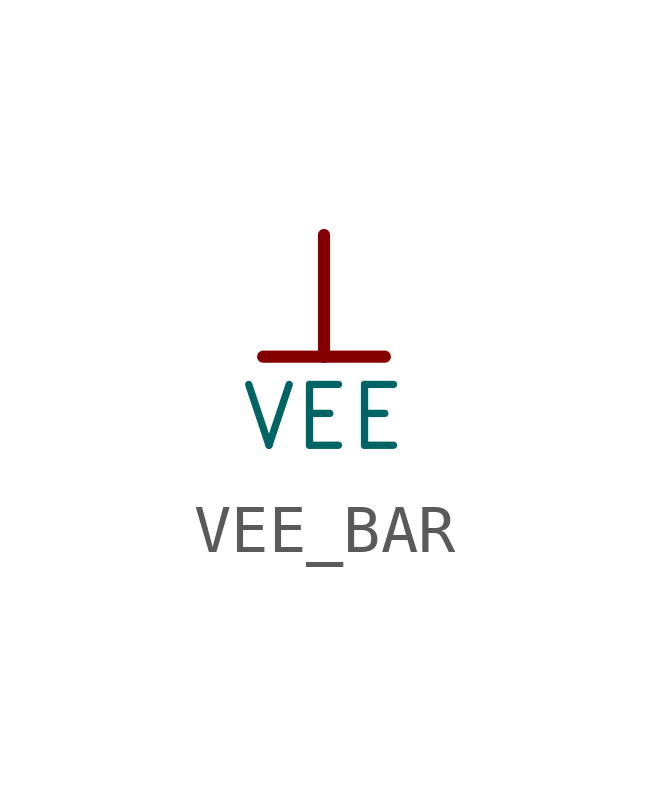
<source format=kicad_sym>
(kicad_symbol_lib
  (version 20241209)
  (generator "kicad_symbol_editor")
  (generator_version "9.0")
  (symbol "VEE_BAR"
    (power)
    (property "Reference" "#PWR"
      (at 0 0 0)
      (effects (font (size 1.27 1.27)) (hide yes)))
    (property "Value" "VEE"
      (at 0 -3.81 0)
      (effects (font (size 1.27 1.27))))
    (symbol "VEE_BAR_0_0"
      (polyline (pts (xy -1.27 -2.54) (xy 1.27 -2.54)) (stroke (width 0.254) (type solid)) (fill (type none)))
      (polyline (pts (xy 0 0) (xy 0 -2.54)) (stroke (width 0.254) (type solid)) (fill (type none)))
      (pin power_in line (at 0 0 0) (length 0) (hide yes) (name "VEE" (effects (font (size 1.27 1.27)))) (number "" (effects (font (size 1.27 1.27))))))))
</source>
